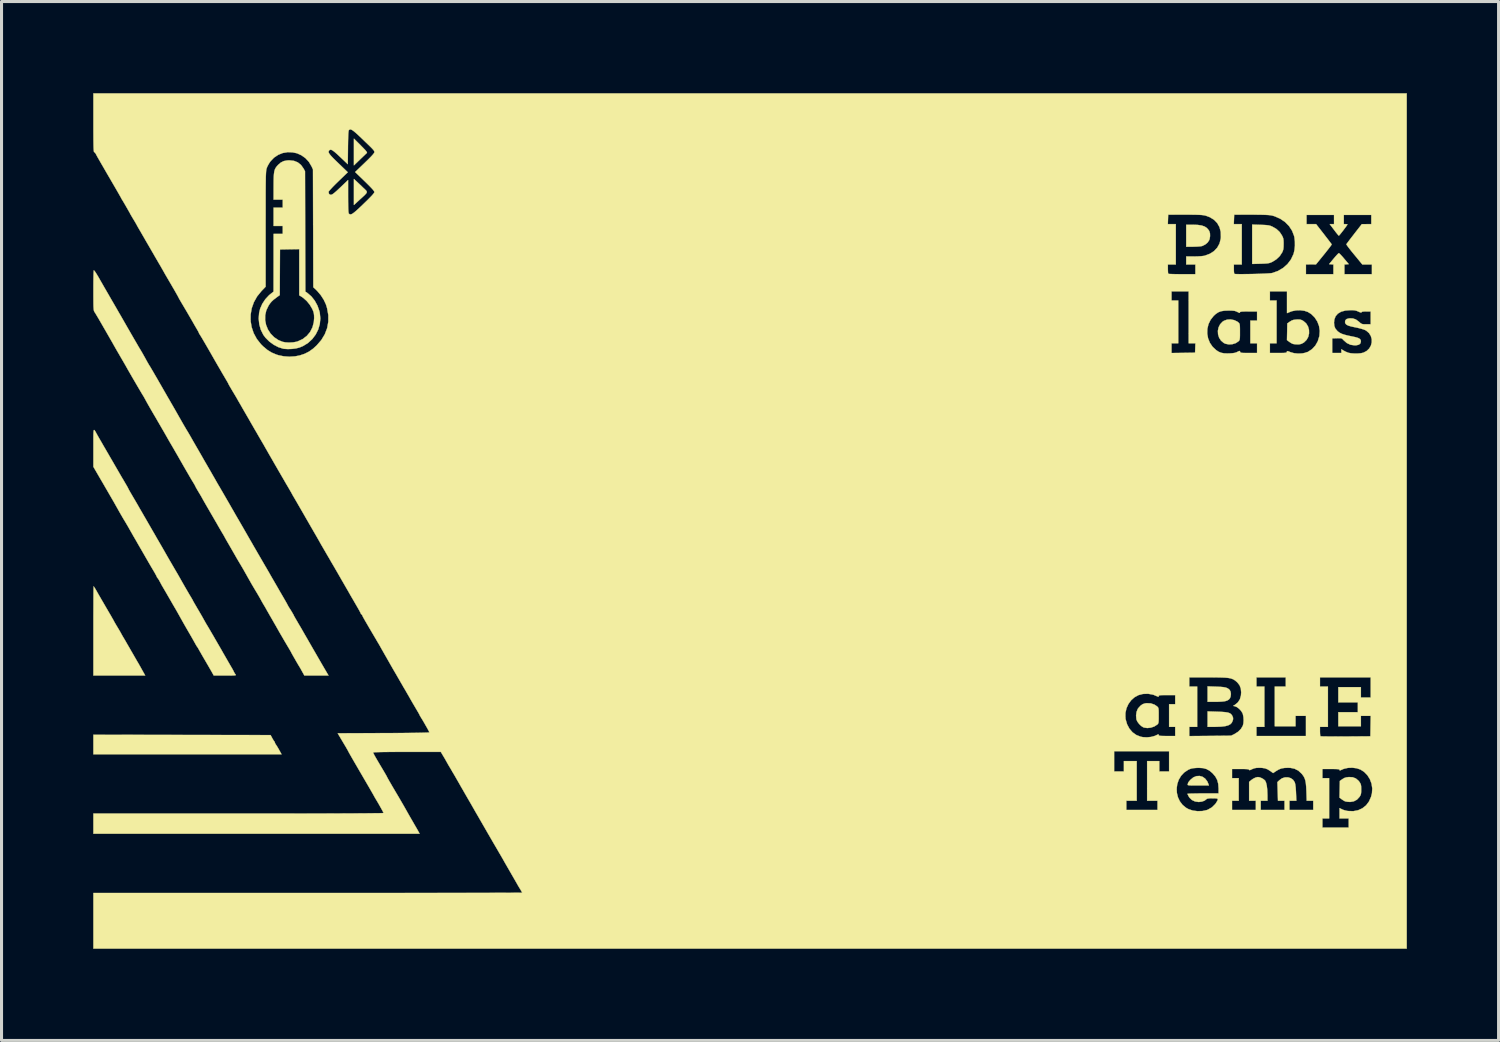
<source format=kicad_pcb>
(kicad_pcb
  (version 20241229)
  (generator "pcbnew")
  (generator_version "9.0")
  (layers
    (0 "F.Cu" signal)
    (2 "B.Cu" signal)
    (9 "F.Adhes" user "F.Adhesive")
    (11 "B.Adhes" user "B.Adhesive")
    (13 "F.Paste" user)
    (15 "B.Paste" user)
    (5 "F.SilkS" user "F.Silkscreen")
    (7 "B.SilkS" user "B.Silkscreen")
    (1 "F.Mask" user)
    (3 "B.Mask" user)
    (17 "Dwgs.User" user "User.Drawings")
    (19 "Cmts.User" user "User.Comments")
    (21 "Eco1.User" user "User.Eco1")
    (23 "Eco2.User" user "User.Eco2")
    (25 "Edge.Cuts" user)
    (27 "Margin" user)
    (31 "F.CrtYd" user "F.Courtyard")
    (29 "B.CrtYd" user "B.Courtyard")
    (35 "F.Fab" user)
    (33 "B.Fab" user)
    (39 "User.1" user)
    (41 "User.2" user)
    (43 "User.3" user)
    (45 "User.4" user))
  (footprint "logo able temp"
    (layer "F.Cu")
    (at 21.488 13.994)
    (property "Reference" "logo able temp" (at 0 0 0) (layer "F.SilkS") (effects (font (size 1.524 1.524) (thickness 0.3))))
    (attr through_hole)
    (fp_poly (pts (xy -12.735 -12.286) (xy -12.647 -12.196) (xy -12.585 -12.13) (xy -12.548 -12.084) (xy -12.532 -12.055) (xy -12.535 -12.04) (xy -12.558 -12.019) (xy -12.604 -11.976) (xy -12.666 -11.916) (xy -12.739 -11.846) (xy -12.76 -11.826) (xy -12.96 -11.633) (xy -12.96 -12.51) (xy -12.735 -12.286)) (stroke (width 0.01) (type solid)) (fill yes) (layer "F.SilkS"))
    (fp_poly (pts (xy -15.685 7.004) (xy -15.632 7.104) (xy -15.6 7.16) (xy -15.574 7.199) (xy -15.563 7.211) (xy -15.549 7.234) (xy -15.548 7.243) (xy -15.536 7.277) (xy -15.511 7.317) (xy -15.484 7.357) (xy -15.445 7.421) (xy -15.404 7.493) (xy -15.401 7.499) (xy -15.326 7.634) (xy -21.483 7.634) (xy -21.483 6.994) (xy -15.685 7.004)) (stroke (width 0.01) (type solid)) (fill yes) (layer "F.SilkS"))
    (fp_poly (pts (xy -12.88 -11.116) (xy -12.829 -11.068) (xy -12.761 -11.004) (xy -12.688 -10.934) (xy -12.656 -10.903) (xy -12.601 -10.851) (xy -12.562 -10.813) (xy -12.541 -10.781) (xy -12.538 -10.751) (xy -12.557 -10.716) (xy -12.598 -10.671) (xy -12.663 -10.609) (xy -12.755 -10.526) (xy -12.77 -10.512) (xy -12.96 -10.337) (xy -12.96 -11.19) (xy -12.88 -11.116)) (stroke (width 0.01) (type solid)) (fill yes) (layer "F.SilkS"))
    (fp_poly (pts (xy 15.253 5.42) (xy 15.386 5.426) (xy 15.487 5.435) (xy 15.561 5.449) (xy 15.617 5.47) (xy 15.661 5.499) (xy 15.694 5.532) (xy 15.721 5.586) (xy 15.731 5.66) (xy 15.723 5.737) (xy 15.699 5.801) (xy 15.698 5.802) (xy 15.661 5.844) (xy 15.608 5.875) (xy 15.535 5.897) (xy 15.435 5.909) (xy 15.304 5.915) (xy 15.238 5.915) (xy 14.968 5.915) (xy 14.968 5.41) (xy 15.253 5.42)) (stroke (width 0.01) (type solid)) (fill yes) (layer "F.SilkS"))
    (fp_poly (pts (xy 15.293 6.239) (xy 15.438 6.245) (xy 15.549 6.254) (xy 15.631 6.267) (xy 15.69 6.287) (xy 15.732 6.314) (xy 15.763 6.351) (xy 15.782 6.385) (xy 15.802 6.439) (xy 15.802 6.489) (xy 15.79 6.533) (xy 15.761 6.598) (xy 15.714 6.648) (xy 15.645 6.685) (xy 15.551 6.711) (xy 15.426 6.727) (xy 15.268 6.734) (xy 15.193 6.735) (xy 14.968 6.735) (xy 14.968 6.229) (xy 15.293 6.239)) (stroke (width 0.01) (type solid)) (fill yes) (layer "F.SilkS"))
    (fp_poly (pts (xy 14.646 -9.686) (xy 14.773 -9.667) (xy 14.873 -9.633) (xy 14.949 -9.581) (xy 15.008 -9.511) (xy 15.027 -9.476) (xy 15.047 -9.406) (xy 15.049 -9.318) (xy 15.035 -9.229) (xy 15.022 -9.189) (xy 14.972 -9.113) (xy 14.893 -9.046) (xy 14.798 -8.998) (xy 14.79 -8.996) (xy 14.743 -8.986) (xy 14.666 -8.979) (xy 14.573 -8.974) (xy 14.496 -8.973) (xy 14.269 -8.973) (xy 14.269 -9.692) (xy 14.485 -9.692) (xy 14.646 -9.686)) (stroke (width 0.01) (type solid)) (fill yes) (layer "F.SilkS"))
    (fp_poly (pts (xy 14.803 8.368) (xy 14.889 8.428) (xy 14.958 8.518) (xy 14.997 8.608) (xy 15.011 8.653) (xy 14.658 8.653) (xy 14.53 8.653) (xy 14.438 8.652) (xy 14.376 8.649) (xy 14.338 8.644) (xy 14.319 8.637) (xy 14.315 8.627) (xy 14.317 8.622) (xy 14.327 8.583) (xy 14.329 8.571) (xy 14.341 8.547) (xy 14.374 8.505) (xy 14.409 8.465) (xy 14.503 8.388) (xy 14.604 8.347) (xy 14.706 8.341) (xy 14.803 8.368)) (stroke (width 0.01) (type solid)) (fill yes) (layer "F.SilkS"))
    (fp_poly (pts (xy 18.012 -6.586) (xy 18.06 -6.567) (xy 18.108 -6.539) (xy 18.196 -6.461) (xy 18.255 -6.362) (xy 18.286 -6.252) (xy 18.288 -6.137) (xy 18.263 -6.026) (xy 18.208 -5.926) (xy 18.126 -5.845) (xy 18.109 -5.833) (xy 18.039 -5.796) (xy 17.972 -5.779) (xy 17.907 -5.777) (xy 17.835 -5.781) (xy 17.772 -5.79) (xy 17.747 -5.798) (xy 17.698 -5.823) (xy 17.642 -5.86) (xy 17.631 -5.868) (xy 17.565 -5.918) (xy 17.571 -6.191) (xy 17.576 -6.463) (xy 17.662 -6.523) (xy 17.721 -6.559) (xy 17.78 -6.579) (xy 17.856 -6.589) (xy 17.882 -6.591) (xy 17.959 -6.593) (xy 18.012 -6.586)) (stroke (width 0.01) (type solid)) (fill yes) (layer "F.SilkS"))
    (fp_poly (pts (xy 15.836 -6.572) (xy 15.938 -6.525) (xy 15.982 -6.49) (xy 16.001 -6.471) (xy 16.013 -6.447) (xy 16.021 -6.413) (xy 16.025 -6.359) (xy 16.027 -6.28) (xy 16.027 -6.185) (xy 16.027 -6.077) (xy 16.025 -6.002) (xy 16.02 -5.952) (xy 16.012 -5.919) (xy 15.998 -5.897) (xy 15.982 -5.88) (xy 15.891 -5.819) (xy 15.782 -5.784) (xy 15.666 -5.776) (xy 15.557 -5.797) (xy 15.498 -5.824) (xy 15.407 -5.901) (xy 15.345 -5.997) (xy 15.311 -6.106) (xy 15.305 -6.221) (xy 15.327 -6.332) (xy 15.378 -6.434) (xy 15.456 -6.518) (xy 15.506 -6.551) (xy 15.607 -6.587) (xy 15.721 -6.594) (xy 15.836 -6.572)) (stroke (width 0.01) (type solid)) (fill yes) (layer "F.SilkS"))
    (fp_poly (pts (xy 16.702 -9.689) (xy 16.817 -9.685) (xy 16.901 -9.679) (xy 16.965 -9.671) (xy 17.016 -9.659) (xy 17.064 -9.64) (xy 17.087 -9.63) (xy 17.22 -9.553) (xy 17.323 -9.458) (xy 17.397 -9.349) (xy 17.426 -9.293) (xy 17.444 -9.243) (xy 17.453 -9.186) (xy 17.456 -9.11) (xy 17.456 -9.063) (xy 17.454 -8.966) (xy 17.447 -8.895) (xy 17.431 -8.838) (xy 17.41 -8.789) (xy 17.33 -8.667) (xy 17.219 -8.561) (xy 17.09 -8.479) (xy 17.041 -8.457) (xy 16.995 -8.441) (xy 16.944 -8.43) (xy 16.878 -8.423) (xy 16.788 -8.419) (xy 16.702 -8.416) (xy 16.427 -8.409) (xy 16.427 -9.697) (xy 16.702 -9.689)) (stroke (width 0.01) (type solid)) (fill yes) (layer "F.SilkS"))
    (fp_poly (pts (xy 19.717 8.384) (xy 19.82 8.424) (xy 19.907 8.498) (xy 19.939 8.54) (xy 19.967 8.585) (xy 19.984 8.628) (xy 19.992 8.682) (xy 19.994 8.759) (xy 19.994 8.783) (xy 19.993 8.868) (xy 19.986 8.927) (xy 19.972 8.971) (xy 19.947 9.014) (xy 19.939 9.026) (xy 19.855 9.117) (xy 19.752 9.172) (xy 19.632 9.192) (xy 19.622 9.191) (xy 19.55 9.187) (xy 19.488 9.177) (xy 19.465 9.171) (xy 19.417 9.145) (xy 19.36 9.108) (xy 19.35 9.1) (xy 19.284 9.05) (xy 19.289 8.778) (xy 19.295 8.505) (xy 19.38 8.445) (xy 19.444 8.407) (xy 19.51 8.387) (xy 19.593 8.377) (xy 19.717 8.384)) (stroke (width 0.01) (type solid)) (fill yes) (layer "F.SilkS"))
    (fp_poly (pts (xy 13.112 5.967) (xy 13.233 6.009) (xy 13.315 6.065) (xy 13.337 6.086) (xy 13.353 6.108) (xy 13.362 6.138) (xy 13.367 6.183) (xy 13.369 6.253) (xy 13.369 6.354) (xy 13.369 6.366) (xy 13.369 6.471) (xy 13.367 6.544) (xy 13.362 6.592) (xy 13.353 6.623) (xy 13.339 6.644) (xy 13.325 6.658) (xy 13.227 6.722) (xy 13.113 6.761) (xy 12.997 6.774) (xy 12.888 6.758) (xy 12.86 6.747) (xy 12.794 6.704) (xy 12.728 6.64) (xy 12.673 6.566) (xy 12.641 6.496) (xy 12.639 6.485) (xy 12.629 6.362) (xy 12.644 6.247) (xy 12.682 6.151) (xy 12.703 6.121) (xy 12.775 6.042) (xy 12.844 5.993) (xy 12.921 5.967) (xy 12.979 5.96) (xy 13.112 5.967)) (stroke (width 0.01) (type solid)) (fill yes) (layer "F.SilkS"))
    (fp_poly (pts (xy -21.46 2.156) (xy -21.428 2.206) (xy -21.381 2.286) (xy -21.329 2.378) (xy -21.306 2.419) (xy -21.265 2.489) (xy -21.21 2.585) (xy -21.142 2.701) (xy -21.065 2.834) (xy -20.981 2.978) (xy -20.893 3.129) (xy -20.871 3.168) (xy -20.839 3.223) (xy -20.815 3.267) (xy -20.81 3.277) (xy -20.794 3.307) (xy -20.763 3.361) (xy -20.721 3.432) (xy -20.694 3.477) (xy -20.648 3.553) (xy -20.61 3.618) (xy -20.585 3.663) (xy -20.577 3.677) (xy -20.559 3.711) (xy -20.529 3.764) (xy -20.509 3.798) (xy -20.482 3.843) (xy -20.439 3.916) (xy -20.385 4.01) (xy -20.323 4.118) (xy -20.257 4.232) (xy -20.248 4.248) (xy -20.185 4.357) (xy -20.128 4.456) (xy -20.08 4.539) (xy -20.045 4.6) (xy -20.025 4.633) (xy -20.023 4.636) (xy -20.006 4.665) (xy -19.975 4.721) (xy -19.933 4.794) (xy -19.896 4.861) (xy -19.787 5.056) (xy -21.483 5.056) (xy -21.483 3.597) (xy -21.483 3.36) (xy -21.483 3.134) (xy -21.482 2.924) (xy -21.481 2.732) (xy -21.481 2.561) (xy -21.48 2.415) (xy -21.479 2.296) (xy -21.477 2.209) (xy -21.476 2.155) (xy -21.475 2.138) (xy -21.46 2.156)) (stroke (width 0.01) (type solid)) (fill yes) (layer "F.SilkS"))
    (fp_poly (pts (xy -14.921 -11.782) (xy -14.796 -11.732) (xy -14.691 -11.648) (xy -14.606 -11.529) (xy -14.602 -11.521) (xy -14.559 -11.441) (xy -14.548 -7.504) (xy -14.477 -7.456) (xy -14.351 -7.347) (xy -14.242 -7.209) (xy -14.153 -7.047) (xy -14.091 -6.871) (xy -14.077 -6.815) (xy -14.058 -6.627) (xy -14.076 -6.442) (xy -14.128 -6.264) (xy -14.211 -6.099) (xy -14.324 -5.95) (xy -14.462 -5.823) (xy -14.624 -5.723) (xy -14.74 -5.675) (xy -14.853 -5.646) (xy -14.986 -5.629) (xy -15.122 -5.624) (xy -15.245 -5.632) (xy -15.278 -5.638) (xy -15.43 -5.686) (xy -15.583 -5.766) (xy -15.726 -5.87) (xy -15.85 -5.992) (xy -15.924 -6.091) (xy -16.005 -6.253) (xy -16.056 -6.433) (xy -16.07 -6.571) (xy -15.864 -6.571) (xy -15.833 -6.414) (xy -15.773 -6.265) (xy -15.685 -6.129) (xy -15.57 -6.012) (xy -15.432 -5.919) (xy -15.298 -5.863) (xy -15.196 -5.843) (xy -15.073 -5.837) (xy -14.946 -5.844) (xy -14.833 -5.865) (xy -14.802 -5.874) (xy -14.638 -5.95) (xy -14.501 -6.055) (xy -14.392 -6.185) (xy -14.315 -6.337) (xy -14.271 -6.507) (xy -14.261 -6.635) (xy -14.263 -6.727) (xy -14.271 -6.795) (xy -14.288 -6.857) (xy -14.319 -6.929) (xy -14.323 -6.939) (xy -14.403 -7.074) (xy -14.506 -7.2) (xy -14.623 -7.303) (xy -14.661 -7.329) (xy -14.748 -7.384) (xy -14.748 -8.139) (xy -14.748 -8.894) (xy -15.063 -8.889) (xy -15.378 -8.883) (xy -15.382 -8.136) (xy -15.386 -7.389) (xy -15.502 -7.305) (xy -15.591 -7.236) (xy -15.656 -7.175) (xy -15.71 -7.109) (xy -15.753 -7.043) (xy -15.826 -6.891) (xy -15.862 -6.732) (xy -15.864 -6.571) (xy -16.07 -6.571) (xy -16.075 -6.621) (xy -16.061 -6.807) (xy -16.028 -6.943) (xy -15.957 -7.105) (xy -15.857 -7.256) (xy -15.738 -7.384) (xy -15.702 -7.414) (xy -15.589 -7.504) (xy -15.588 -8.448) (xy -15.588 -9.393) (xy -15.288 -9.393) (xy -15.288 -9.652) (xy -15.588 -9.652) (xy -15.588 -10.252) (xy -15.288 -10.252) (xy -15.288 -10.512) (xy -15.588 -10.512) (xy -15.587 -10.956) (xy -15.586 -11.12) (xy -15.583 -11.251) (xy -15.576 -11.352) (xy -15.565 -11.432) (xy -15.548 -11.494) (xy -15.523 -11.547) (xy -15.49 -11.594) (xy -15.447 -11.642) (xy -15.442 -11.648) (xy -15.352 -11.726) (xy -15.256 -11.774) (xy -15.142 -11.796) (xy -15.068 -11.799) (xy -14.921 -11.782)) (stroke (width 0.01) (type solid)) (fill yes) (layer "F.SilkS"))
    (fp_poly (pts (xy -21.436 -2.957) (xy -21.414 -2.921) (xy -21.387 -2.872) (xy -21.377 -2.854) (xy -21.35 -2.805) (xy -21.307 -2.73) (xy -21.253 -2.636) (xy -21.192 -2.531) (xy -21.142 -2.444) (xy -21.066 -2.313) (xy -20.979 -2.163) (xy -20.889 -2.008) (xy -20.805 -1.863) (xy -20.768 -1.799) (xy -20.698 -1.678) (xy -20.625 -1.552) (xy -20.556 -1.433) (xy -20.495 -1.331) (xy -20.461 -1.273) (xy -20.415 -1.194) (xy -20.377 -1.129) (xy -20.352 -1.083) (xy -20.344 -1.066) (xy -20.334 -1.045) (xy -20.308 -0.997) (xy -20.269 -0.928) (xy -20.22 -0.845) (xy -20.207 -0.822) (xy -20.152 -0.729) (xy -20.101 -0.642) (xy -20.059 -0.57) (xy -20.031 -0.522) (xy -20.029 -0.518) (xy -20.005 -0.476) (xy -19.966 -0.407) (xy -19.915 -0.32) (xy -19.859 -0.223) (xy -19.834 -0.179) (xy -19.763 -0.057) (xy -19.685 0.079) (xy -19.607 0.214) (xy -19.539 0.332) (xy -19.534 0.34) (xy -19.469 0.452) (xy -19.399 0.575) (xy -19.331 0.692) (xy -19.275 0.789) (xy -19.275 0.789) (xy -19.222 0.88) (xy -19.172 0.967) (xy -19.13 1.041) (xy -19.109 1.079) (xy -19.081 1.127) (xy -19.038 1.202) (xy -18.985 1.294) (xy -18.925 1.396) (xy -18.889 1.459) (xy -18.83 1.56) (xy -18.775 1.654) (xy -18.729 1.732) (xy -18.697 1.788) (xy -18.685 1.809) (xy -18.578 1.998) (xy -18.484 2.163) (xy -18.404 2.301) (xy -18.341 2.409) (xy -18.302 2.473) (xy -18.265 2.535) (xy -18.238 2.582) (xy -18.226 2.606) (xy -18.226 2.607) (xy -18.216 2.626) (xy -18.19 2.673) (xy -18.151 2.74) (xy -18.104 2.82) (xy -18.104 2.821) (xy -18.034 2.94) (xy -17.976 3.039) (xy -17.924 3.129) (xy -17.87 3.226) (xy -17.833 3.292) (xy -17.801 3.349) (xy -17.775 3.393) (xy -17.766 3.407) (xy -17.753 3.429) (xy -17.723 3.479) (xy -17.68 3.552) (xy -17.627 3.643) (xy -17.567 3.745) (xy -17.505 3.853) (xy -17.442 3.962) (xy -17.382 4.065) (xy -17.329 4.157) (xy -17.286 4.231) (xy -17.266 4.267) (xy -17.231 4.329) (xy -17.183 4.412) (xy -17.129 4.506) (xy -17.074 4.602) (xy -17.023 4.69) (xy -16.98 4.764) (xy -16.951 4.812) (xy -16.949 4.816) (xy -16.916 4.875) (xy -16.889 4.929) (xy -16.886 4.936) (xy -16.857 4.989) (xy -16.832 5.021) (xy -16.823 5.033) (xy -16.825 5.042) (xy -16.841 5.049) (xy -16.878 5.053) (xy -16.94 5.055) (xy -17.031 5.056) (xy -17.157 5.056) (xy -17.173 5.056) (xy -17.545 5.056) (xy -17.586 4.981) (xy -17.61 4.939) (xy -17.649 4.87) (xy -17.7 4.782) (xy -17.759 4.68) (xy -17.808 4.596) (xy -17.87 4.49) (xy -17.928 4.39) (xy -17.977 4.304) (xy -18.015 4.238) (xy -18.032 4.207) (xy -18.061 4.156) (xy -18.082 4.123) (xy -18.087 4.117) (xy -18.103 4.095) (xy -18.13 4.049) (xy -18.159 3.997) (xy -18.191 3.94) (xy -18.237 3.858) (xy -18.293 3.76) (xy -18.353 3.656) (xy -18.376 3.617) (xy -18.439 3.508) (xy -18.504 3.395) (xy -18.563 3.291) (xy -18.61 3.206) (xy -18.621 3.187) (xy -18.669 3.101) (xy -18.728 2.996) (xy -18.79 2.887) (xy -18.831 2.818) (xy -18.894 2.709) (xy -18.966 2.584) (xy -19.037 2.461) (xy -19.079 2.388) (xy -19.129 2.302) (xy -19.173 2.227) (xy -19.206 2.17) (xy -19.225 2.139) (xy -19.225 2.138) (xy -19.244 2.106) (xy -19.274 2.05) (xy -19.307 1.988) (xy -19.341 1.927) (xy -19.37 1.881) (xy -19.387 1.862) (xy -19.404 1.839) (xy -19.405 1.835) (xy -19.414 1.81) (xy -19.441 1.759) (xy -19.478 1.692) (xy -19.502 1.651) (xy -19.544 1.58) (xy -19.601 1.484) (xy -19.667 1.371) (xy -19.736 1.251) (xy -19.795 1.149) (xy -19.868 1.022) (xy -19.946 0.887) (xy -20.022 0.756) (xy -20.089 0.638) (xy -20.129 0.57) (xy -20.186 0.472) (xy -20.24 0.376) (xy -20.287 0.294) (xy -20.32 0.235) (xy -20.323 0.23) (xy -20.362 0.162) (xy -20.411 0.078) (xy -20.461 -0.005) (xy -20.464 -0.01) (xy -20.508 -0.083) (xy -20.564 -0.179) (xy -20.625 -0.285) (xy -20.683 -0.388) (xy -20.684 -0.39) (xy -20.749 -0.505) (xy -20.824 -0.638) (xy -20.901 -0.771) (xy -20.964 -0.879) (xy -21.025 -0.985) (xy -21.099 -1.112) (xy -21.178 -1.249) (xy -21.256 -1.382) (xy -21.296 -1.451) (xy -21.483 -1.773) (xy -21.483 -2.4) (xy -21.483 -2.579) (xy -21.483 -2.721) (xy -21.482 -2.829) (xy -21.479 -2.905) (xy -21.473 -2.954) (xy -21.465 -2.976) (xy -21.453 -2.977) (xy -21.436 -2.957)) (stroke (width 0.01) (type solid)) (fill yes) (layer "F.SilkS"))
    (fp_poly (pts (xy -21.454 -8.19) (xy -21.421 -8.147) (xy -21.373 -8.072) (xy -21.311 -7.968) (xy -21.303 -7.954) (xy -21.254 -7.867) (xy -21.191 -7.758) (xy -21.122 -7.637) (xy -21.05 -7.513) (xy -20.982 -7.396) (xy -20.924 -7.294) (xy -20.883 -7.224) (xy -20.846 -7.16) (xy -20.792 -7.067) (xy -20.726 -6.953) (xy -20.651 -6.822) (xy -20.57 -6.683) (xy -20.488 -6.54) (xy -20.474 -6.515) (xy -20.353 -6.304) (xy -20.251 -6.127) (xy -20.166 -5.98) (xy -20.097 -5.861) (xy -20.044 -5.77) (xy -20.005 -5.702) (xy -19.979 -5.658) (xy -19.965 -5.636) (xy -19.93 -5.578) (xy -19.882 -5.496) (xy -19.828 -5.4) (xy -19.773 -5.301) (xy -19.754 -5.266) (xy -19.713 -5.192) (xy -19.675 -5.126) (xy -19.647 -5.08) (xy -19.644 -5.076) (xy -19.625 -5.046) (xy -19.59 -4.986) (xy -19.54 -4.902) (xy -19.48 -4.798) (xy -19.411 -4.68) (xy -19.34 -4.556) (xy -19.261 -4.419) (xy -19.182 -4.281) (xy -19.107 -4.151) (xy -19.04 -4.034) (xy -18.985 -3.94) (xy -18.955 -3.887) (xy -18.905 -3.801) (xy -18.859 -3.721) (xy -18.823 -3.659) (xy -18.805 -3.627) (xy -18.692 -3.428) (xy -18.596 -3.259) (xy -18.517 -3.122) (xy -18.456 -3.018) (xy -18.426 -2.968) (xy -18.379 -2.89) (xy -18.332 -2.811) (xy -18.302 -2.758) (xy -18.274 -2.708) (xy -18.231 -2.633) (xy -18.178 -2.541) (xy -18.12 -2.44) (xy -18.096 -2.399) (xy -18.039 -2.3) (xy -17.986 -2.208) (xy -17.941 -2.13) (xy -17.91 -2.075) (xy -17.901 -2.06) (xy -17.873 -2.01) (xy -17.832 -1.939) (xy -17.784 -1.856) (xy -17.736 -1.773) (xy -17.693 -1.699) (xy -17.662 -1.646) (xy -17.656 -1.636) (xy -17.638 -1.605) (xy -17.606 -1.548) (xy -17.564 -1.475) (xy -17.53 -1.416) (xy -17.482 -1.332) (xy -17.438 -1.254) (xy -17.403 -1.194) (xy -17.389 -1.169) (xy -17.356 -1.115) (xy -17.309 -1.033) (xy -17.249 -0.931) (xy -17.183 -0.816) (xy -17.113 -0.695) (xy -17.044 -0.576) (xy -16.981 -0.466) (xy -16.927 -0.371) (xy -16.92 -0.36) (xy -16.87 -0.272) (xy -16.823 -0.19) (xy -16.786 -0.126) (xy -16.765 -0.09) (xy -16.736 -0.041) (xy -16.694 0.032) (xy -16.643 0.12) (xy -16.59 0.211) (xy -16.542 0.296) (xy -16.517 0.339) (xy -16.485 0.394) (xy -16.437 0.478) (xy -16.377 0.583) (xy -16.307 0.703) (xy -16.233 0.833) (xy -16.157 0.964) (xy -16.083 1.092) (xy -16.015 1.209) (xy -15.957 1.309) (xy -15.928 1.359) (xy -15.863 1.471) (xy -15.79 1.596) (xy -15.72 1.717) (xy -15.674 1.799) (xy -15.606 1.916) (xy -15.53 2.047) (xy -15.451 2.184) (xy -15.374 2.318) (xy -15.303 2.44) (xy -15.244 2.541) (xy -15.217 2.588) (xy -15.18 2.653) (xy -15.147 2.711) (xy -15.134 2.738) (xy -15.105 2.791) (xy -15.084 2.827) (xy -15.041 2.893) (xy -14.999 2.961) (xy -14.963 3.022) (xy -14.937 3.067) (xy -14.928 3.086) (xy -14.919 3.107) (xy -14.892 3.154) (xy -14.853 3.222) (xy -14.805 3.304) (xy -14.801 3.312) (xy -14.748 3.402) (xy -14.698 3.486) (xy -14.658 3.555) (xy -14.634 3.597) (xy -14.608 3.643) (xy -14.565 3.718) (xy -14.508 3.817) (xy -14.441 3.933) (xy -14.367 4.062) (xy -14.288 4.199) (xy -14.208 4.337) (xy -14.131 4.471) (xy -14.059 4.596) (xy -13.995 4.706) (xy -13.943 4.795) (xy -13.922 4.831) (xy -13.79 5.056) (xy -14.58 5.056) (xy -14.655 4.921) (xy -14.693 4.852) (xy -14.726 4.794) (xy -14.747 4.759) (xy -14.749 4.756) (xy -14.772 4.719) (xy -14.807 4.66) (xy -14.849 4.588) (xy -14.893 4.51) (xy -14.936 4.436) (xy -14.973 4.371) (xy -14.998 4.325) (xy -15.008 4.306) (xy -15.008 4.306) (xy -15.018 4.286) (xy -15.043 4.241) (xy -15.08 4.178) (xy -15.095 4.152) (xy -15.163 4.038) (xy -15.234 3.918) (xy -15.302 3.801) (xy -15.364 3.695) (xy -15.414 3.608) (xy -15.448 3.547) (xy -15.474 3.502) (xy -15.514 3.431) (xy -15.566 3.341) (xy -15.623 3.241) (xy -15.654 3.187) (xy -15.711 3.089) (xy -15.762 2.999) (xy -15.805 2.925) (xy -15.833 2.874) (xy -15.842 2.858) (xy -15.873 2.804) (xy -15.907 2.748) (xy -15.937 2.697) (xy -15.976 2.629) (xy -16.006 2.573) (xy -16.045 2.503) (xy -16.096 2.415) (xy -16.151 2.322) (xy -16.175 2.283) (xy -16.226 2.197) (xy -16.276 2.113) (xy -16.317 2.043) (xy -16.331 2.018) (xy -16.425 1.852) (xy -16.508 1.705) (xy -16.579 1.579) (xy -16.637 1.48) (xy -16.679 1.409) (xy -16.697 1.379) (xy -16.727 1.329) (xy -16.77 1.257) (xy -16.816 1.177) (xy -16.832 1.149) (xy -16.88 1.065) (xy -16.94 0.961) (xy -17.003 0.851) (xy -17.051 0.768) (xy -17.101 0.682) (xy -17.144 0.607) (xy -17.176 0.55) (xy -17.192 0.519) (xy -17.193 0.518) (xy -17.212 0.483) (xy -17.241 0.433) (xy -17.248 0.422) (xy -17.273 0.38) (xy -17.313 0.312) (xy -17.363 0.226) (xy -17.418 0.131) (xy -17.434 0.102) (xy -17.498 -0.008) (xy -17.574 -0.14) (xy -17.654 -0.277) (xy -17.729 -0.407) (xy -17.753 -0.448) (xy -17.809 -0.545) (xy -17.858 -0.63) (xy -17.896 -0.697) (xy -17.919 -0.739) (xy -17.926 -0.752) (xy -17.936 -0.77) (xy -17.962 -0.816) (xy -18 -0.88) (xy -18.036 -0.939) (xy -18.081 -1.015) (xy -18.117 -1.077) (xy -18.14 -1.119) (xy -18.146 -1.132) (xy -18.155 -1.153) (xy -18.181 -1.2) (xy -18.219 -1.263) (xy -18.233 -1.286) (xy -18.267 -1.342) (xy -18.317 -1.427) (xy -18.379 -1.534) (xy -18.45 -1.656) (xy -18.526 -1.787) (xy -18.595 -1.908) (xy -18.671 -2.041) (xy -18.743 -2.167) (xy -18.81 -2.282) (xy -18.866 -2.38) (xy -18.909 -2.454) (xy -18.935 -2.498) (xy -18.978 -2.571) (xy -19.02 -2.644) (xy -19.043 -2.684) (xy -19.087 -2.762) (xy -19.139 -2.853) (xy -19.201 -2.961) (xy -19.277 -3.092) (xy -19.368 -3.248) (xy -19.476 -3.435) (xy -19.478 -3.437) (xy -19.55 -3.56) (xy -19.618 -3.678) (xy -19.679 -3.784) (xy -19.729 -3.873) (xy -19.764 -3.936) (xy -19.775 -3.957) (xy -19.812 -4.025) (xy -19.847 -4.086) (xy -19.866 -4.117) (xy -19.886 -4.148) (xy -19.921 -4.208) (xy -19.97 -4.291) (xy -20.028 -4.389) (xy -20.091 -4.497) (xy -20.156 -4.608) (xy -20.22 -4.717) (xy -20.277 -4.817) (xy -20.326 -4.902) (xy -20.363 -4.966) (xy -20.374 -4.986) (xy -20.398 -5.029) (xy -20.438 -5.1) (xy -20.49 -5.19) (xy -20.55 -5.293) (xy -20.604 -5.386) (xy -20.666 -5.493) (xy -20.724 -5.592) (xy -20.773 -5.678) (xy -20.809 -5.742) (xy -20.828 -5.775) (xy -20.859 -5.832) (xy -20.887 -5.88) (xy -20.89 -5.885) (xy -20.91 -5.92) (xy -20.944 -5.979) (xy -20.986 -6.052) (xy -21.005 -6.085) (xy -21.095 -6.242) (xy -21.18 -6.389) (xy -21.257 -6.523) (xy -21.325 -6.639) (xy -21.381 -6.733) (xy -21.422 -6.801) (xy -21.446 -6.838) (xy -21.456 -6.855) (xy -21.464 -6.876) (xy -21.471 -6.907) (xy -21.475 -6.951) (xy -21.479 -7.013) (xy -21.481 -7.097) (xy -21.482 -7.207) (xy -21.483 -7.348) (xy -21.483 -7.525) (xy -21.483 -7.539) (xy -21.483 -7.696) (xy -21.482 -7.84) (xy -21.48 -7.966) (xy -21.478 -8.07) (xy -21.475 -8.147) (xy -21.472 -8.191) (xy -21.47 -8.2) (xy -21.454 -8.19)) (stroke (width 0.01) (type solid)) (fill yes) (layer "F.SilkS"))
    (fp_poly (pts (xy 21.483 13.989) (xy -21.483 13.989) (xy -21.483 12.17) (xy -14.469 12.17) (xy -13.942 12.17) (xy -13.425 12.17) (xy -12.92 12.17) (xy -12.428 12.17) (xy -11.951 12.17) (xy -11.49 12.17) (xy -11.046 12.169) (xy -10.621 12.169) (xy -10.217 12.168) (xy -9.834 12.168) (xy -9.474 12.168) (xy -9.139 12.167) (xy -8.83 12.167) (xy -8.548 12.166) (xy -8.296 12.165) (xy -8.073 12.165) (xy -7.883 12.164) (xy -7.725 12.163) (xy -7.602 12.163) (xy -7.515 12.162) (xy -7.466 12.161) (xy -7.454 12.161) (xy -7.464 12.14) (xy -7.489 12.096) (xy -7.519 12.046) (xy -7.56 11.979) (xy -7.596 11.918) (xy -7.614 11.886) (xy -7.633 11.852) (xy -7.669 11.79) (xy -7.717 11.706) (xy -7.774 11.607) (xy -7.837 11.498) (xy -7.844 11.486) (xy -7.906 11.378) (xy -7.963 11.279) (xy -8.011 11.196) (xy -8.046 11.135) (xy -8.064 11.102) (xy -8.065 11.1) (xy -8.084 11.066) (xy -8.118 11.007) (xy -8.162 10.931) (xy -8.204 10.86) (xy -8.291 10.71) (xy -8.378 10.562) (xy -8.468 10.406) (xy -8.568 10.234) (xy -8.681 10.038) (xy -8.719 9.972) (xy -8.781 9.864) (xy -8.84 9.762) (xy -8.89 9.675) (xy -8.928 9.609) (xy -8.95 9.572) (xy -8.984 9.513) (xy -9.015 9.459) (xy -9.018 9.453) (xy -9.037 9.42) (xy -9.072 9.359) (xy -9.119 9.276) (xy -9.176 9.178) (xy -9.237 9.073) (xy -9.3 8.964) (xy -9.358 8.863) (xy -9.408 8.775) (xy -9.447 8.709) (xy -9.468 8.672) (xy -9.505 8.606) (xy -9.552 8.524) (xy -9.605 8.432) (xy -9.66 8.336) (xy -9.714 8.244) (xy -9.762 8.162) (xy -9.8 8.097) (xy -9.825 8.055) (xy -9.832 8.044) (xy -9.849 8.016) (xy -9.878 7.966) (xy -9.902 7.924) (xy -9.941 7.854) (xy -9.989 7.769) (xy -10.037 7.689) (xy -10.117 7.554) (xy -11.223 7.554) (xy -11.488 7.554) (xy -11.714 7.555) (xy -11.903 7.557) (xy -12.055 7.559) (xy -12.173 7.562) (xy -12.257 7.565) (xy -12.309 7.569) (xy -12.33 7.574) (xy -12.33 7.576) (xy -12.326 7.591) (xy -12.311 7.621) (xy -12.285 7.671) (xy -12.245 7.742) (xy -12.19 7.837) (xy -12.118 7.959) (xy -12.027 8.112) (xy -11.987 8.179) (xy -11.941 8.258) (xy -11.903 8.323) (xy -11.879 8.368) (xy -11.871 8.385) (xy -11.861 8.405) (xy -11.834 8.453) (xy -11.794 8.524) (xy -11.743 8.611) (xy -11.704 8.679) (xy -11.592 8.869) (xy -11.499 9.026) (xy -11.424 9.155) (xy -11.364 9.258) (xy -11.319 9.336) (xy -11.286 9.394) (xy -11.264 9.433) (xy -11.242 9.472) (xy -11.204 9.54) (xy -11.154 9.628) (xy -11.096 9.729) (xy -11.042 9.822) (xy -10.982 9.927) (xy -10.927 10.022) (xy -10.881 10.102) (xy -10.849 10.159) (xy -10.834 10.187) (xy -10.81 10.232) (xy -21.483 10.232) (xy -21.483 9.572) (xy -16.737 9.572) (xy -16.184 9.572) (xy -15.663 9.572) (xy -15.174 9.572) (xy -14.718 9.571) (xy -14.295 9.57) (xy -13.905 9.57) (xy -13.55 9.569) (xy -13.23 9.567) (xy -12.945 9.566) (xy -12.696 9.565) (xy -12.484 9.563) (xy -12.309 9.561) (xy -12.171 9.56) (xy -12.072 9.558) (xy -12.012 9.555) (xy -11.991 9.553) (xy -11.991 9.553) (xy -12 9.53) (xy -12.026 9.479) (xy -12.065 9.408) (xy -12.112 9.324) (xy -12.163 9.234) (xy -12.216 9.145) (xy -12.253 9.083) (xy -12.282 9.034) (xy -12.303 8.996) (xy -12.304 8.994) (xy -12.31 8.982) (xy -12.323 8.959) (xy -12.342 8.925) (xy -12.371 8.875) (xy -12.41 8.807) (xy -12.461 8.718) (xy -12.527 8.605) (xy -12.608 8.466) (xy -12.707 8.296) (xy -12.79 8.154) (xy -12.893 7.976) (xy -12.977 7.832) (xy -13.043 7.717) (xy -13.092 7.631) (xy -13.125 7.572) (xy -13.144 7.537) (xy -13.145 7.534) (xy 11.911 7.534) (xy 11.911 8.194) (xy 12.23 8.194) (xy 12.23 7.854) (xy 12.65 7.854) (xy 12.65 9.153) (xy 12.31 9.153) (xy 12.31 9.453) (xy 13.33 9.453) (xy 13.33 9.153) (xy 12.99 9.153) (xy 12.99 8.749) (xy 13.957 8.749) (xy 13.964 8.896) (xy 13.998 9.038) (xy 14.06 9.17) (xy 14.149 9.287) (xy 14.265 9.383) (xy 14.347 9.428) (xy 14.486 9.474) (xy 14.641 9.494) (xy 14.798 9.489) (xy 14.944 9.457) (xy 14.982 9.442) (xy 15.113 9.366) (xy 15.22 9.26) (xy 15.25 9.216) (xy 15.288 9.153) (xy 15.304 9.112) (xy 15.294 9.088) (xy 15.254 9.076) (xy 15.179 9.073) (xy 15.131 9.073) (xy 15.039 9.074) (xy 14.98 9.08) (xy 14.944 9.091) (xy 14.926 9.106) (xy 14.867 9.15) (xy 14.783 9.18) (xy 14.684 9.193) (xy 14.675 9.193) (xy 14.558 9.176) (xy 14.455 9.127) (xy 14.376 9.051) (xy 14.358 9.024) (xy 14.33 8.972) (xy 14.312 8.936) (xy 14.309 8.926) (xy 14.328 8.923) (xy 14.382 8.919) (xy 14.465 8.917) (xy 14.572 8.915) (xy 14.698 8.913) (xy 14.818 8.913) (xy 15.328 8.913) (xy 15.328 8.754) (xy 15.317 8.6) (xy 15.283 8.472) (xy 15.222 8.359) (xy 15.131 8.253) (xy 15.033 8.17) (xy 14.934 8.115) (xy 14.927 8.114) (xy 15.768 8.114) (xy 15.768 8.413) (xy 15.987 8.413) (xy 15.987 9.153) (xy 15.768 9.153) (xy 15.768 9.453) (xy 16.547 9.453) (xy 16.547 9.153) (xy 16.327 9.153) (xy 16.327 8.537) (xy 16.397 8.476) (xy 16.46 8.432) (xy 16.531 8.397) (xy 16.547 8.391) (xy 16.604 8.378) (xy 16.652 8.381) (xy 16.712 8.401) (xy 16.721 8.405) (xy 16.784 8.438) (xy 16.835 8.478) (xy 16.85 8.493) (xy 16.881 8.559) (xy 16.905 8.659) (xy 16.92 8.789) (xy 16.926 8.945) (xy 16.927 8.968) (xy 16.927 9.153) (xy 16.707 9.153) (xy 16.707 9.453) (xy 17.486 9.453) (xy 17.486 9.153) (xy 17.271 9.153) (xy 17.252 8.543) (xy 17.318 8.48) (xy 17.404 8.418) (xy 17.501 8.387) (xy 17.599 8.386) (xy 17.69 8.414) (xy 17.766 8.468) (xy 17.82 8.549) (xy 17.837 8.615) (xy 17.851 8.72) (xy 17.86 8.861) (xy 17.861 8.888) (xy 17.872 9.153) (xy 17.646 9.153) (xy 17.646 9.453) (xy 18.425 9.453) (xy 18.425 9.153) (xy 18.211 9.153) (xy 18.201 8.848) (xy 18.194 8.698) (xy 18.183 8.58) (xy 18.166 8.487) (xy 18.14 8.411) (xy 18.105 8.345) (xy 18.057 8.281) (xy 18.04 8.262) (xy 17.937 8.167) (xy 17.834 8.114) (xy 18.725 8.114) (xy 18.725 8.413) (xy 18.945 8.413) (xy 18.945 9.732) (xy 18.725 9.732) (xy 18.725 10.032) (xy 19.585 10.032) (xy 19.585 9.732) (xy 19.285 9.732) (xy 19.285 9.392) (xy 19.364 9.432) (xy 19.431 9.459) (xy 19.514 9.48) (xy 19.559 9.488) (xy 19.734 9.494) (xy 19.893 9.463) (xy 20.033 9.399) (xy 20.153 9.304) (xy 20.248 9.178) (xy 20.316 9.025) (xy 20.346 8.907) (xy 20.356 8.751) (xy 20.333 8.595) (xy 20.278 8.448) (xy 20.196 8.317) (xy 20.089 8.208) (xy 19.972 8.133) (xy 19.847 8.09) (xy 19.706 8.072) (xy 19.562 8.077) (xy 19.429 8.107) (xy 19.364 8.134) (xy 19.315 8.157) (xy 19.291 8.161) (xy 19.285 8.146) (xy 19.285 8.144) (xy 19.279 8.132) (xy 19.26 8.123) (xy 19.219 8.118) (xy 19.153 8.115) (xy 19.055 8.114) (xy 19.005 8.114) (xy 18.725 8.114) (xy 17.834 8.114) (xy 17.821 8.107) (xy 17.686 8.078) (xy 17.606 8.074) (xy 17.482 8.079) (xy 17.383 8.096) (xy 17.296 8.13) (xy 17.21 8.181) (xy 17.112 8.247) (xy 17.024 8.183) (xy 16.936 8.127) (xy 16.85 8.093) (xy 16.75 8.077) (xy 16.657 8.074) (xy 16.562 8.078) (xy 16.488 8.093) (xy 16.42 8.121) (xy 16.363 8.147) (xy 16.334 8.152) (xy 16.327 8.141) (xy 16.319 8.13) (xy 16.293 8.122) (xy 16.242 8.117) (xy 16.162 8.114) (xy 16.047 8.114) (xy 15.768 8.114) (xy 14.927 8.114) (xy 14.822 8.085) (xy 14.687 8.076) (xy 14.612 8.078) (xy 14.51 8.086) (xy 14.433 8.1) (xy 14.366 8.125) (xy 14.334 8.14) (xy 14.204 8.227) (xy 14.101 8.337) (xy 14.025 8.465) (xy 13.977 8.604) (xy 13.957 8.749) (xy 12.99 8.749) (xy 12.99 7.854) (xy 13.389 7.854) (xy 13.389 8.194) (xy 13.709 8.194) (xy 13.709 7.534) (xy 11.911 7.534) (xy -13.145 7.534) (xy -13.15 7.525) (xy -13.159 7.506) (xy -13.186 7.46) (xy -13.226 7.39) (xy -13.277 7.304) (xy -13.32 7.232) (xy -13.49 6.945) (xy -11.991 6.939) (xy -11.697 6.938) (xy -11.432 6.937) (xy -11.197 6.934) (xy -10.993 6.932) (xy -10.822 6.929) (xy -10.685 6.926) (xy -10.583 6.923) (xy -10.519 6.92) (xy -10.492 6.916) (xy -10.492 6.915) (xy -10.501 6.891) (xy -10.527 6.841) (xy -10.565 6.771) (xy -10.612 6.689) (xy -10.662 6.601) (xy -10.711 6.517) (xy -10.757 6.442) (xy -10.761 6.436) (xy 12.28 6.436) (xy 12.288 6.49) (xy 12.336 6.654) (xy 12.412 6.796) (xy 12.513 6.913) (xy 12.636 7.001) (xy 12.778 7.057) (xy 12.856 7.072) (xy 12.985 7.078) (xy 13.116 7.065) (xy 13.23 7.035) (xy 13.26 7.023) (xy 13.312 6.999) (xy 13.348 6.982) (xy 13.354 6.979) (xy 13.367 6.988) (xy 13.369 7.003) (xy 13.374 7.016) (xy 13.393 7.025) (xy 13.43 7.03) (xy 13.494 7.033) (xy 13.588 7.034) (xy 13.639 7.034) (xy 13.909 7.034) (xy 13.909 6.735) (xy 13.709 6.735) (xy 13.709 5.995) (xy 13.909 5.995) (xy 13.909 5.696) (xy 13.639 5.696) (xy 13.529 5.696) (xy 13.454 5.698) (xy 13.406 5.703) (xy 13.38 5.71) (xy 13.37 5.721) (xy 13.369 5.727) (xy 13.362 5.751) (xy 13.354 5.751) (xy 13.189 5.683) (xy 13.025 5.653) (xy 12.855 5.658) (xy 12.709 5.696) (xy 12.578 5.767) (xy 12.467 5.866) (xy 12.378 5.988) (xy 12.315 6.127) (xy 12.281 6.278) (xy 12.28 6.436) (xy -10.761 6.436) (xy -10.764 6.43) (xy -10.793 6.383) (xy -10.81 6.352) (xy -10.811 6.346) (xy -10.821 6.326) (xy -10.847 6.279) (xy -10.886 6.212) (xy -10.928 6.141) (xy -10.985 6.044) (xy -11.045 5.942) (xy -11.098 5.85) (xy -11.123 5.806) (xy -11.168 5.726) (xy -11.214 5.647) (xy -11.25 5.585) (xy -11.251 5.582) (xy -11.278 5.536) (xy -11.321 5.463) (xy -11.374 5.372) (xy -11.433 5.27) (xy -11.471 5.204) (xy -11.522 5.116) (xy 14.369 5.116) (xy 14.369 5.416) (xy 14.628 5.416) (xy 14.628 6.735) (xy 14.369 6.735) (xy 14.369 7.037) (xy 15.053 7.031) (xy 15.738 7.024) (xy 15.851 6.969) (xy 15.967 6.895) (xy 16.06 6.802) (xy 16.12 6.702) (xy 16.14 6.622) (xy 16.147 6.521) (xy 16.141 6.416) (xy 16.123 6.322) (xy 16.109 6.284) (xy 16.063 6.211) (xy 15.998 6.142) (xy 15.926 6.088) (xy 15.862 6.061) (xy 15.806 6.05) (xy 15.862 6.015) (xy 15.959 5.935) (xy 16.025 5.834) (xy 16.06 5.709) (xy 16.067 5.605) (xy 16.055 5.479) (xy 16.015 5.375) (xy 15.943 5.283) (xy 15.909 5.252) (xy 15.866 5.217) (xy 15.822 5.188) (xy 15.774 5.166) (xy 15.717 5.148) (xy 15.646 5.135) (xy 15.557 5.126) (xy 15.445 5.121) (xy 15.306 5.118) (xy 15.134 5.116) (xy 14.991 5.116) (xy 16.567 5.116) (xy 16.567 5.416) (xy 16.827 5.416) (xy 16.827 6.735) (xy 16.567 6.735) (xy 16.567 7.034) (xy 18.186 7.034) (xy 18.186 6.375) (xy 17.846 6.375) (xy 17.846 6.715) (xy 17.166 6.715) (xy 17.166 5.416) (xy 17.526 5.416) (xy 17.526 5.116) (xy 18.645 5.116) (xy 18.645 5.416) (xy 18.905 5.416) (xy 18.905 6.735) (xy 18.645 6.735) (xy 18.645 6.881) (xy 18.647 6.954) (xy 18.652 7.011) (xy 18.658 7.04) (xy 18.659 7.041) (xy 18.681 7.044) (xy 18.739 7.047) (xy 18.828 7.048) (xy 18.945 7.05) (xy 19.084 7.05) (xy 19.242 7.051) (xy 19.414 7.05) (xy 19.483 7.05) (xy 20.294 7.044) (xy 20.299 6.71) (xy 20.305 6.375) (xy 19.984 6.375) (xy 19.984 6.715) (xy 19.245 6.715) (xy 19.245 6.255) (xy 19.884 6.255) (xy 19.884 5.935) (xy 19.245 5.935) (xy 19.245 5.436) (xy 19.984 5.436) (xy 19.984 5.775) (xy 20.304 5.775) (xy 20.304 5.116) (xy 18.645 5.116) (xy 17.526 5.116) (xy 16.567 5.116) (xy 14.991 5.116) (xy 14.369 5.116) (xy -11.522 5.116) (xy -11.532 5.098) (xy -11.59 4.998) (xy -11.641 4.911) (xy -11.679 4.845) (xy -11.695 4.818) (xy -11.731 4.755) (xy -11.764 4.697) (xy -11.776 4.676) (xy -11.796 4.641) (xy -11.831 4.579) (xy -11.877 4.498) (xy -11.929 4.407) (xy -11.941 4.387) (xy -11.993 4.295) (xy -12.039 4.214) (xy -12.075 4.15) (xy -12.097 4.111) (xy -12.099 4.107) (xy -12.117 4.075) (xy -12.151 4.017) (xy -12.197 3.94) (xy -12.249 3.85) (xy -12.266 3.822) (xy -12.373 3.64) (xy -12.462 3.489) (xy -12.533 3.367) (xy -12.589 3.271) (xy -12.63 3.198) (xy -12.66 3.145) (xy -12.678 3.109) (xy -12.688 3.087) (xy -12.69 3.079) (xy -12.705 3.058) (xy -12.71 3.058) (xy -12.729 3.042) (xy -12.73 3.037) (xy -12.74 3.014) (xy -12.766 2.962) (xy -12.807 2.888) (xy -12.859 2.797) (xy -12.914 2.702) (xy -12.975 2.597) (xy -13.031 2.501) (xy -13.078 2.42) (xy -13.112 2.36) (xy -13.128 2.332) (xy -13.157 2.28) (xy -13.18 2.242) (xy -13.196 2.213) (xy -13.229 2.157) (xy -13.273 2.08) (xy -13.326 1.988) (xy -13.36 1.93) (xy -13.42 1.825) (xy -13.469 1.74) (xy -13.512 1.665) (xy -13.553 1.595) (xy -13.595 1.521) (xy -13.645 1.436) (xy -13.705 1.334) (xy -13.779 1.205) (xy -13.797 1.175) (xy -13.881 1.031) (xy -13.947 0.917) (xy -13.999 0.827) (xy -14.04 0.757) (xy -14.072 0.7) (xy -14.094 0.659) (xy -14.113 0.627) (xy -14.148 0.566) (xy -14.195 0.483) (xy -14.252 0.385) (xy -14.313 0.28) (xy -14.376 0.171) (xy -14.434 0.07) (xy -14.484 -0.017) (xy -14.522 -0.083) (xy -14.544 -0.12) (xy -14.596 -0.212) (xy -14.656 -0.316) (xy -14.718 -0.423) (xy -14.779 -0.529) (xy -14.835 -0.626) (xy -14.882 -0.706) (xy -14.916 -0.765) (xy -14.931 -0.789) (xy -14.96 -0.839) (xy -14.981 -0.878) (xy -14.982 -0.879) (xy -14.997 -0.907) (xy -15.028 -0.962) (xy -15.071 -1.036) (xy -15.12 -1.121) (xy -15.125 -1.129) (xy -15.187 -1.234) (xy -15.252 -1.347) (xy -15.313 -1.452) (xy -15.352 -1.519) (xy -15.396 -1.595) (xy -15.434 -1.66) (xy -15.46 -1.706) (xy -15.467 -1.719) (xy -15.486 -1.751) (xy -15.521 -1.811) (xy -15.567 -1.891) (xy -15.621 -1.985) (xy -15.679 -2.086) (xy -15.737 -2.186) (xy -15.79 -2.279) (xy -15.835 -2.358) (xy -15.868 -2.415) (xy -15.875 -2.428) (xy -15.91 -2.49) (xy -15.958 -2.573) (xy -16.011 -2.663) (xy -16.037 -2.708) (xy -16.089 -2.798) (xy -16.149 -2.902) (xy -16.212 -3.009) (xy -16.27 -3.111) (xy -16.32 -3.197) (xy -16.356 -3.259) (xy -16.357 -3.262) (xy -16.373 -3.29) (xy -16.406 -3.347) (xy -16.451 -3.425) (xy -16.505 -3.518) (xy -16.547 -3.591) (xy -16.608 -3.696) (xy -16.666 -3.798) (xy -16.717 -3.886) (xy -16.756 -3.953) (xy -16.771 -3.98) (xy -16.804 -4.038) (xy -16.851 -4.118) (xy -16.905 -4.208) (xy -16.946 -4.277) (xy -16.993 -4.357) (xy -17.032 -4.423) (xy -17.058 -4.47) (xy -17.067 -4.489) (xy -17.076 -4.51) (xy -17.103 -4.557) (xy -17.142 -4.624) (xy -17.183 -4.693) (xy -17.221 -4.758) (xy -17.276 -4.851) (xy -17.343 -4.968) (xy -17.421 -5.101) (xy -17.505 -5.247) (xy -17.592 -5.399) (xy -17.647 -5.496) (xy -17.729 -5.638) (xy -17.804 -5.768) (xy -17.872 -5.884) (xy -17.928 -5.98) (xy -17.972 -6.052) (xy -18 -6.098) (xy -18.011 -6.112) (xy -18.025 -6.135) (xy -18.026 -6.139) (xy -18.036 -6.166) (xy -18.061 -6.215) (xy -18.094 -6.272) (xy -18.138 -6.347) (xy -18.181 -6.421) (xy -18.206 -6.465) (xy -18.242 -6.529) (xy -18.253 -6.548) (xy -16.34 -6.548) (xy -16.306 -6.343) (xy -16.239 -6.144) (xy -16.137 -5.956) (xy -16 -5.782) (xy -15.928 -5.711) (xy -15.789 -5.595) (xy -15.649 -5.509) (xy -15.494 -5.444) (xy -15.428 -5.423) (xy -15.258 -5.388) (xy -15.072 -5.375) (xy -14.886 -5.386) (xy -14.728 -5.417) (xy -14.568 -5.471) (xy -14.427 -5.543) (xy -14.294 -5.638) (xy -14.177 -5.745) (xy -14.026 -5.92) (xy -13.912 -6.109) (xy -13.835 -6.31) (xy -13.797 -6.52) (xy -13.797 -6.737) (xy -13.837 -6.96) (xy -13.874 -7.082) (xy -13.945 -7.235) (xy -14.043 -7.387) (xy -14.151 -7.514) (xy 13.789 -7.514) (xy 13.789 -7.214) (xy 14.009 -7.214) (xy 14.009 -5.815) (xy 13.789 -5.815) (xy 13.789 -5.495) (xy 14.174 -5.5) (xy 14.559 -5.506) (xy 14.57 -5.815) (xy 14.349 -5.815) (xy 14.349 -6.128) (xy 14.957 -6.128) (xy 14.985 -5.974) (xy 15.044 -5.828) (xy 15.133 -5.698) (xy 15.249 -5.59) (xy 15.33 -5.537) (xy 15.41 -5.504) (xy 15.5 -5.486) (xy 15.612 -5.481) (xy 15.668 -5.482) (xy 15.772 -5.488) (xy 15.848 -5.498) (xy 15.908 -5.516) (xy 15.94 -5.531) (xy 15.991 -5.556) (xy 16.016 -5.563) (xy 16.028 -5.552) (xy 16.033 -5.535) (xy 16.04 -5.519) (xy 16.055 -5.508) (xy 16.084 -5.501) (xy 16.135 -5.498) (xy 16.213 -5.496) (xy 16.315 -5.496) (xy 16.587 -5.496) (xy 16.587 -5.815) (xy 16.367 -5.815) (xy 16.367 -6.555) (xy 16.587 -6.555) (xy 16.587 -6.855) (xy 16.307 -6.855) (xy 16.195 -6.854) (xy 16.116 -6.852) (xy 16.066 -6.847) (xy 16.039 -6.84) (xy 16.028 -6.83) (xy 16.027 -6.824) (xy 16.021 -6.809) (xy 15.998 -6.812) (xy 15.949 -6.836) (xy 15.942 -6.839) (xy 15.897 -6.86) (xy 15.85 -6.874) (xy 15.79 -6.881) (xy 15.706 -6.884) (xy 15.648 -6.884) (xy 15.512 -6.879) (xy 15.405 -6.861) (xy 15.316 -6.826) (xy 15.234 -6.77) (xy 15.167 -6.709) (xy 15.066 -6.581) (xy 14.997 -6.438) (xy 14.961 -6.285) (xy 14.957 -6.128) (xy 14.349 -6.128) (xy 14.349 -7.514) (xy 17.007 -7.514) (xy 17.007 -7.214) (xy 17.226 -7.214) (xy 17.226 -5.815) (xy 17.007 -5.815) (xy 17.007 -5.496) (xy 17.278 -5.496) (xy 17.388 -5.496) (xy 17.464 -5.498) (xy 17.513 -5.502) (xy 17.541 -5.509) (xy 17.555 -5.521) (xy 17.56 -5.533) (xy 17.567 -5.552) (xy 17.583 -5.558) (xy 17.616 -5.549) (xy 17.676 -5.525) (xy 17.683 -5.522) (xy 17.796 -5.49) (xy 17.927 -5.477) (xy 18.06 -5.482) (xy 18.183 -5.506) (xy 18.249 -5.532) (xy 18.384 -5.62) (xy 18.493 -5.737) (xy 18.574 -5.88) (xy 18.602 -5.974) (xy 19.045 -5.974) (xy 19.045 -5.496) (xy 19.345 -5.496) (xy 19.345 -5.619) (xy 19.416 -5.575) (xy 19.485 -5.539) (xy 19.56 -5.508) (xy 19.571 -5.504) (xy 19.657 -5.487) (xy 19.764 -5.479) (xy 19.878 -5.479) (xy 19.983 -5.488) (xy 20.064 -5.506) (xy 20.067 -5.507) (xy 20.174 -5.563) (xy 20.256 -5.642) (xy 20.311 -5.737) (xy 20.338 -5.842) (xy 20.338 -5.95) (xy 20.308 -6.054) (xy 20.25 -6.147) (xy 20.163 -6.223) (xy 20.127 -6.244) (xy 20.066 -6.268) (xy 19.978 -6.294) (xy 19.876 -6.32) (xy 19.797 -6.336) (xy 19.669 -6.363) (xy 19.577 -6.39) (xy 19.515 -6.42) (xy 19.48 -6.455) (xy 19.465 -6.499) (xy 19.465 -6.514) (xy 19.477 -6.569) (xy 19.516 -6.606) (xy 19.587 -6.626) (xy 19.612 -6.63) (xy 19.721 -6.627) (xy 19.822 -6.591) (xy 19.92 -6.518) (xy 19.925 -6.514) (xy 19.971 -6.473) (xy 20.009 -6.45) (xy 20.051 -6.438) (xy 20.112 -6.435) (xy 20.157 -6.435) (xy 20.304 -6.435) (xy 20.304 -6.855) (xy 20.154 -6.855) (xy 20.073 -6.853) (xy 20.025 -6.846) (xy 20.006 -6.834) (xy 20.004 -6.828) (xy 19.994 -6.817) (xy 19.958 -6.826) (xy 19.906 -6.849) (xy 19.845 -6.875) (xy 19.785 -6.89) (xy 19.709 -6.897) (xy 19.641 -6.897) (xy 19.474 -6.884) (xy 19.337 -6.847) (xy 19.232 -6.785) (xy 19.157 -6.699) (xy 19.115 -6.59) (xy 19.105 -6.486) (xy 19.115 -6.379) (xy 19.149 -6.294) (xy 19.214 -6.217) (xy 19.232 -6.2) (xy 19.287 -6.16) (xy 19.355 -6.125) (xy 19.444 -6.095) (xy 19.56 -6.065) (xy 19.703 -6.036) (xy 19.818 -6.011) (xy 19.899 -5.985) (xy 19.95 -5.956) (xy 19.977 -5.92) (xy 19.984 -5.875) (xy 19.969 -5.812) (xy 19.922 -5.77) (xy 19.842 -5.749) (xy 19.777 -5.746) (xy 19.644 -5.765) (xy 19.522 -5.823) (xy 19.415 -5.917) (xy 19.412 -5.92) (xy 19.382 -5.953) (xy 19.354 -5.972) (xy 19.318 -5.98) (xy 19.262 -5.981) (xy 19.2 -5.979) (xy 19.045 -5.974) (xy 18.602 -5.974) (xy 18.625 -6.047) (xy 18.627 -6.06) (xy 18.638 -6.222) (xy 18.614 -6.38) (xy 18.557 -6.528) (xy 18.471 -6.66) (xy 18.359 -6.77) (xy 18.249 -6.838) (xy 18.135 -6.877) (xy 18.001 -6.894) (xy 17.862 -6.89) (xy 17.731 -6.864) (xy 17.689 -6.849) (xy 17.566 -6.799) (xy 17.566 -7.514) (xy 17.007 -7.514) (xy 14.349 -7.514) (xy 13.789 -7.514) (xy -14.151 -7.514) (xy -14.16 -7.525) (xy -14.18 -7.545) (xy -14.288 -7.648) (xy -14.293 -9.575) (xy -14.294 -9.712) (xy 13.668 -9.712) (xy 13.929 -9.712) (xy 13.929 -8.393) (xy 13.669 -8.393) (xy 13.669 -8.247) (xy 13.671 -8.174) (xy 13.675 -8.117) (xy 13.682 -8.088) (xy 13.683 -8.087) (xy 13.706 -8.083) (xy 13.763 -8.08) (xy 13.848 -8.077) (xy 13.955 -8.075) (xy 14.078 -8.074) (xy 14.132 -8.074) (xy 14.569 -8.074) (xy 14.569 -8.393) (xy 14.269 -8.393) (xy 14.269 -8.653) (xy 14.524 -8.653) (xy 14.643 -8.656) (xy 14.751 -8.662) (xy 14.838 -8.672) (xy 14.878 -8.68) (xy 15.043 -8.742) (xy 15.179 -8.829) (xy 15.284 -8.941) (xy 15.358 -9.075) (xy 15.398 -9.231) (xy 15.403 -9.287) (xy 15.398 -9.46) (xy 15.358 -9.613) (xy 15.303 -9.712) (xy 15.826 -9.712) (xy 16.087 -9.712) (xy 16.087 -8.393) (xy 15.828 -8.393) (xy 15.828 -8.247) (xy 15.829 -8.173) (xy 15.835 -8.116) (xy 15.842 -8.086) (xy 15.843 -8.085) (xy 15.867 -8.08) (xy 15.925 -8.077) (xy 16.011 -8.076) (xy 16.119 -8.076) (xy 16.243 -8.077) (xy 16.377 -8.079) (xy 16.515 -8.082) (xy 16.651 -8.086) (xy 16.779 -8.091) (xy 16.893 -8.096) (xy 16.986 -8.102) (xy 17.054 -8.108) (xy 17.086 -8.113) (xy 17.273 -8.18) (xy 17.44 -8.279) (xy 17.569 -8.393) (xy 18.186 -8.393) (xy 18.186 -8.074) (xy 19.085 -8.074) (xy 19.085 -8.391) (xy 19.014 -8.397) (xy 18.944 -8.403) (xy 19.093 -8.583) (xy 19.153 -8.654) (xy 19.206 -8.712) (xy 19.244 -8.75) (xy 19.263 -8.763) (xy 19.283 -8.749) (xy 19.323 -8.709) (xy 19.377 -8.651) (xy 19.435 -8.583) (xy 19.587 -8.403) (xy 19.516 -8.397) (xy 19.445 -8.391) (xy 19.445 -8.074) (xy 20.344 -8.074) (xy 20.344 -8.393) (xy 20.03 -8.393) (xy 19.766 -8.714) (xy 19.687 -8.81) (xy 19.618 -8.897) (xy 19.563 -8.969) (xy 19.525 -9.022) (xy 19.509 -9.049) (xy 19.508 -9.052) (xy 19.522 -9.073) (xy 19.557 -9.12) (xy 19.608 -9.188) (xy 19.673 -9.273) (xy 19.748 -9.369) (xy 19.764 -9.391) (xy 20.014 -9.711) (xy 20.169 -9.712) (xy 20.324 -9.712) (xy 20.324 -10.012) (xy 19.425 -10.012) (xy 19.425 -9.712) (xy 19.485 -9.712) (xy 19.527 -9.709) (xy 19.545 -9.702) (xy 19.545 -9.702) (xy 19.533 -9.681) (xy 19.503 -9.638) (xy 19.46 -9.579) (xy 19.411 -9.513) (xy 19.36 -9.448) (xy 19.315 -9.391) (xy 19.28 -9.35) (xy 19.263 -9.333) (xy 19.263 -9.333) (xy 19.246 -9.348) (xy 19.211 -9.389) (xy 19.163 -9.449) (xy 19.107 -9.523) (xy 18.964 -9.712) (xy 19.105 -9.712) (xy 19.105 -10.012) (xy 18.206 -10.012) (xy 18.206 -9.712) (xy 18.518 -9.712) (xy 18.771 -9.388) (xy 18.847 -9.289) (xy 18.915 -9.202) (xy 18.97 -9.129) (xy 19.009 -9.078) (xy 19.028 -9.051) (xy 19.029 -9.049) (xy 19.019 -9.03) (xy 18.987 -8.985) (xy 18.937 -8.919) (xy 18.872 -8.837) (xy 18.797 -8.742) (xy 18.775 -8.715) (xy 18.515 -8.395) (xy 18.351 -8.394) (xy 18.186 -8.393) (xy 17.569 -8.393) (xy 17.582 -8.405) (xy 17.696 -8.556) (xy 17.778 -8.729) (xy 17.784 -8.747) (xy 17.811 -8.864) (xy 17.825 -9.001) (xy 17.824 -9.144) (xy 17.809 -9.276) (xy 17.798 -9.326) (xy 17.733 -9.495) (xy 17.634 -9.648) (xy 17.505 -9.779) (xy 17.349 -9.886) (xy 17.171 -9.965) (xy 17.101 -9.987) (xy 17.056 -9.997) (xy 17.003 -10.005) (xy 16.937 -10.011) (xy 16.852 -10.015) (xy 16.744 -10.018) (xy 16.607 -10.02) (xy 16.435 -10.021) (xy 16.407 -10.021) (xy 15.838 -10.022) (xy 15.832 -9.867) (xy 15.826 -9.712) (xy 15.303 -9.712) (xy 15.285 -9.745) (xy 15.18 -9.853) (xy 15.043 -9.938) (xy 14.918 -9.985) (xy 14.877 -9.996) (xy 14.83 -10.004) (xy 14.773 -10.011) (xy 14.701 -10.015) (xy 14.607 -10.018) (xy 14.487 -10.02) (xy 14.335 -10.021) (xy 14.239 -10.021) (xy 13.679 -10.022) (xy 13.668 -9.712) (xy -14.294 -9.712) (xy -14.299 -11.501) (xy -14.344 -11.599) (xy -14.433 -11.749) (xy -14.546 -11.871) (xy -14.677 -11.964) (xy -14.821 -12.029) (xy -14.974 -12.063) (xy -15.131 -12.067) (xy -15.286 -12.039) (xy -15.434 -11.98) (xy -15.571 -11.889) (xy -15.687 -11.769) (xy -15.738 -11.694) (xy -15.786 -11.607) (xy -15.806 -11.56) (xy -15.813 -11.541) (xy -15.819 -11.521) (xy -15.825 -11.498) (xy -15.829 -11.469) (xy -15.833 -11.431) (xy -15.836 -11.383) (xy -15.839 -11.322) (xy -15.842 -11.244) (xy -15.843 -11.149) (xy -15.845 -11.032) (xy -15.846 -10.892) (xy -15.847 -10.727) (xy -15.847 -10.532) (xy -15.847 -10.307) (xy -15.847 -10.049) (xy -15.848 -9.755) (xy -15.848 -9.557) (xy -15.848 -7.664) (xy -15.986 -7.52) (xy -16.127 -7.346) (xy -16.232 -7.158) (xy -16.303 -6.96) (xy -16.338 -6.755) (xy -16.34 -6.548) (xy -18.253 -6.548) (xy -18.296 -6.622) (xy -18.363 -6.737) (xy -18.44 -6.869) (xy -18.524 -7.011) (xy -18.589 -7.12) (xy -18.635 -7.199) (xy -18.673 -7.264) (xy -18.697 -7.309) (xy -18.705 -7.326) (xy -18.715 -7.345) (xy -18.742 -7.394) (xy -18.782 -7.465) (xy -18.833 -7.554) (xy -18.883 -7.64) (xy -18.961 -7.774) (xy -19.022 -7.878) (xy -19.068 -7.957) (xy -19.102 -8.015) (xy -19.127 -8.057) (xy -19.144 -8.088) (xy -19.158 -8.112) (xy -19.17 -8.134) (xy -19.181 -8.154) (xy -19.201 -8.189) (xy -19.238 -8.254) (xy -19.289 -8.343) (xy -19.352 -8.45) (xy -19.422 -8.571) (xy -19.497 -8.7) (xy -19.498 -8.703) (xy -19.576 -8.837) (xy -19.651 -8.967) (xy -19.721 -9.087) (xy -19.781 -9.19) (xy -19.827 -9.271) (xy -19.856 -9.321) (xy -19.903 -9.402) (xy -19.95 -9.484) (xy -19.989 -9.55) (xy -19.989 -9.551) (xy -20.023 -9.608) (xy -20.049 -9.655) (xy -20.058 -9.672) (xy -20.074 -9.702) (xy -20.105 -9.756) (xy -20.147 -9.827) (xy -20.178 -9.878) (xy -20.222 -9.952) (xy -20.257 -10.012) (xy -20.279 -10.05) (xy -20.284 -10.061) (xy -20.293 -10.08) (xy -20.319 -10.125) (xy -20.355 -10.188) (xy -20.398 -10.263) (xy -20.442 -10.34) (xy -20.484 -10.412) (xy -20.519 -10.471) (xy -20.543 -10.509) (xy -20.545 -10.512) (xy -20.57 -10.555) (xy -20.577 -10.57) (xy -20.592 -10.598) (xy -20.623 -10.652) (xy -20.665 -10.726) (xy -20.714 -10.811) (xy -20.719 -10.82) (xy -20.78 -10.925) (xy -20.852 -11.049) (xy -20.927 -11.178) (xy -20.995 -11.295) (xy -20.999 -11.301) (xy -21.064 -11.413) (xy -21.133 -11.533) (xy -21.199 -11.647) (xy -21.254 -11.741) (xy -21.259 -11.751) (xy -21.308 -11.836) (xy -21.353 -11.914) (xy -21.387 -11.977) (xy -21.401 -12.005) (xy -21.429 -12.048) (xy -21.455 -12.069) (xy -21.458 -12.07) (xy -21.462 -12.075) (xy -13.79 -12.075) (xy -13.78 -12.042) (xy -13.752 -11.998) (xy -13.704 -11.941) (xy -13.633 -11.866) (xy -13.535 -11.77) (xy -13.474 -11.711) (xy -13.16 -11.409) (xy -13.475 -11.105) (xy -13.567 -11.015) (xy -13.649 -10.932) (xy -13.715 -10.861) (xy -13.763 -10.807) (xy -13.787 -10.774) (xy -13.789 -10.768) (xy -13.777 -10.706) (xy -13.742 -10.676) (xy -13.711 -10.672) (xy -13.683 -10.678) (xy -13.645 -10.7) (xy -13.592 -10.741) (xy -13.521 -10.803) (xy -13.427 -10.891) (xy -13.403 -10.913) (xy -13.15 -11.155) (xy -13.15 -10.617) (xy -13.149 -10.441) (xy -13.147 -10.301) (xy -13.144 -10.196) (xy -13.14 -10.122) (xy -13.133 -10.076) (xy -13.126 -10.056) (xy -13.101 -10.037) (xy -13.074 -10.029) (xy -13.041 -10.036) (xy -12.998 -10.059) (xy -12.942 -10.101) (xy -12.868 -10.164) (xy -12.775 -10.25) (xy -12.657 -10.362) (xy -12.645 -10.374) (xy -12.524 -10.491) (xy -12.431 -10.585) (xy -12.363 -10.656) (xy -12.319 -10.709) (xy -12.295 -10.744) (xy -12.29 -10.761) (xy -12.3 -10.787) (xy -12.33 -10.829) (xy -12.382 -10.888) (xy -12.46 -10.969) (xy -12.564 -11.072) (xy -12.605 -11.112) (xy -12.92 -11.416) (xy -12.605 -11.718) (xy -12.485 -11.835) (xy -12.395 -11.926) (xy -12.333 -11.995) (xy -12.299 -12.041) (xy -12.29 -12.063) (xy -12.291 -12.081) (xy -12.296 -12.098) (xy -12.307 -12.119) (xy -12.329 -12.146) (xy -12.364 -12.185) (xy -12.415 -12.237) (xy -12.487 -12.307) (xy -12.581 -12.397) (xy -12.685 -12.498) (xy -12.801 -12.608) (xy -12.893 -12.692) (xy -12.963 -12.751) (xy -13.017 -12.789) (xy -13.058 -12.808) (xy -13.089 -12.81) (xy -13.113 -12.797) (xy -13.127 -12.783) (xy -13.135 -12.753) (xy -13.142 -12.683) (xy -13.147 -12.574) (xy -13.151 -12.426) (xy -13.154 -12.239) (xy -13.154 -12.214) (xy -13.16 -11.672) (xy -13.413 -11.911) (xy -13.514 -12.006) (xy -13.593 -12.074) (xy -13.652 -12.119) (xy -13.696 -12.142) (xy -13.729 -12.146) (xy -13.756 -12.135) (xy -13.765 -12.126) (xy -13.784 -12.102) (xy -13.79 -12.075) (xy -21.462 -12.075) (xy -21.464 -12.078) (xy -21.469 -12.104) (xy -21.473 -12.15) (xy -21.477 -12.22) (xy -21.479 -12.315) (xy -21.481 -12.439) (xy -21.482 -12.595) (xy -21.483 -12.785) (xy -21.483 -13.012) (xy -21.483 -13.989) (xy 21.483 -13.989) (xy 21.483 13.989)) (stroke (width 0.01) (type solid)) (fill yes) (layer "F.SilkS")))
  (gr_rect
    (start -3 -3)
    (end 45.976 30.988)
    (stroke (width 0.1) (type default))
    (fill no)
    (layer "Edge.Cuts")))
</source>
